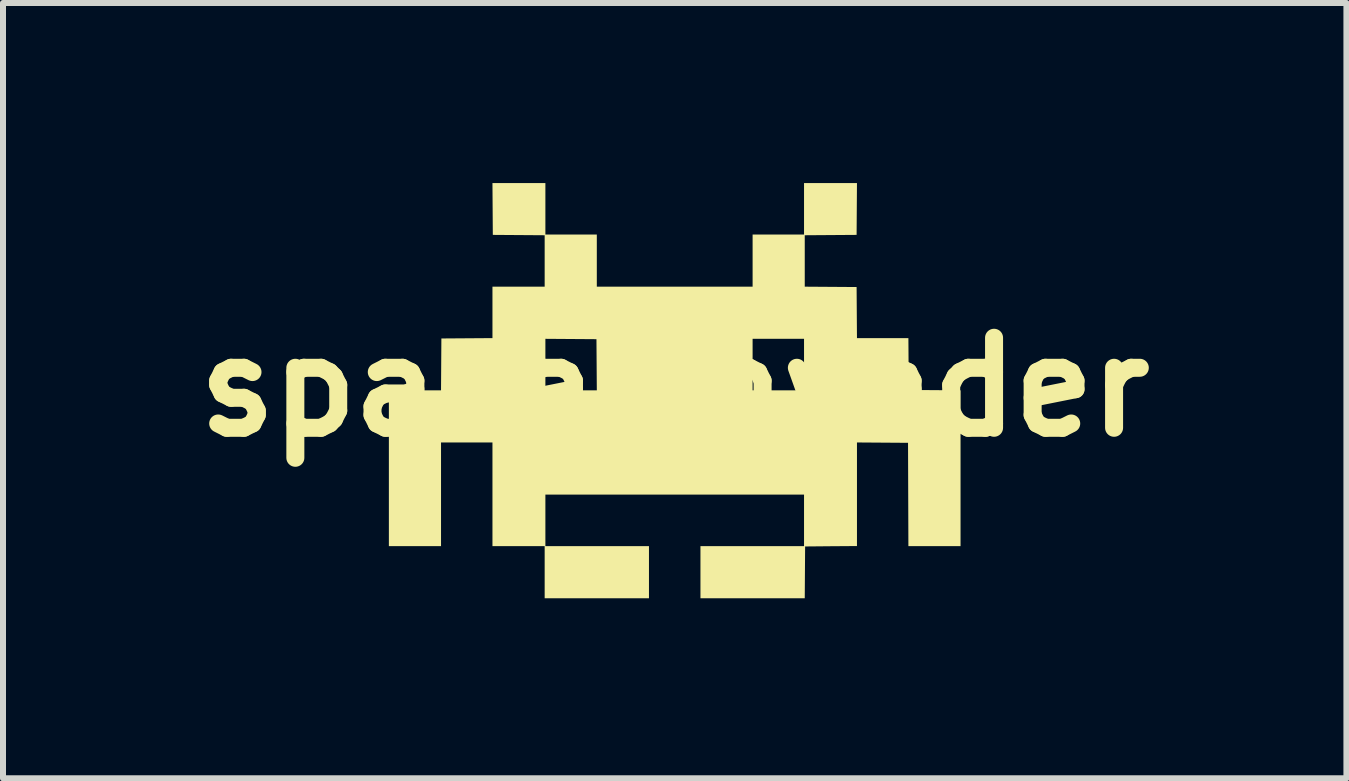
<source format=kicad_pcb>
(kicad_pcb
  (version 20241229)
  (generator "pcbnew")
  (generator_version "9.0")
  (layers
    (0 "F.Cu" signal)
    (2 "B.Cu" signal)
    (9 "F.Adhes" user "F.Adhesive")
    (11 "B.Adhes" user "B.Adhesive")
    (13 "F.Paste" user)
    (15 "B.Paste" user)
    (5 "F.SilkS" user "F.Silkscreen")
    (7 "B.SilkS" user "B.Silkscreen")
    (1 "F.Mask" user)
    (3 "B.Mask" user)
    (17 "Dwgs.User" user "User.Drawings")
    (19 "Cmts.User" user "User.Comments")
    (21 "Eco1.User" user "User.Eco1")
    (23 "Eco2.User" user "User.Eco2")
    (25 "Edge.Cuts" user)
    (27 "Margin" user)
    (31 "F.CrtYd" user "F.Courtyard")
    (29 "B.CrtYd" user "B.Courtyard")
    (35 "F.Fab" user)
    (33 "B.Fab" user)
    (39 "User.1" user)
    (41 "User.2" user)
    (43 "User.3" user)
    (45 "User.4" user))
  (footprint "space_invader"
    (layer "F.Cu")
    (at 8.193 3.4)
    (property "Reference" "space_invader" (at 0 0 0) (layer "F.SilkS") (effects (font (size 1.5 1.5) (thickness 0.3))))
    (attr board_only exclude_from_pos_files exclude_from_bom)
    (fp_poly (pts (xy -2.155 -2.971) (xy -2.155 -2.542) (xy -1.727 -2.542) (xy -1.298 -2.542) (xy -1.298 -2.108) (xy -1.298 -1.673) (xy 0 -1.673) (xy 1.298 -1.673) (xy 1.298 -2.108) (xy 1.298 -2.542) (xy 1.727 -2.542) (xy 2.155 -2.542) (xy 2.155 -2.971) (xy 2.155 -3.4) (xy 2.596 -3.4) (xy 3.037 -3.4) (xy 3.034 -2.968) (xy 3.031 -2.536) (xy 2.599 -2.533) (xy 2.167 -2.53) (xy 2.167 -2.102) (xy 2.167 -1.673) (xy 2.599 -1.67) (xy 3.031 -1.667) (xy 3.034 -1.241) (xy 3.037 -0.816) (xy 3.465 -0.816) (xy 3.894 -0.816) (xy 3.897 -0.384) (xy 3.9 0.048) (xy 4.332 0.051) (xy 4.763 0.054) (xy 4.763 1.352) (xy 4.763 2.65) (xy 4.329 2.65) (xy 3.894 2.65) (xy 3.891 1.789) (xy 3.888 0.929) (xy 3.462 0.926) (xy 3.037 0.923) (xy 3.037 1.786) (xy 3.037 2.649) (xy 2.605 2.652) (xy 2.173 2.656) (xy 2.17 3.087) (xy 2.167 3.519) (xy 1.298 3.519) (xy 0.429 3.519) (xy 0.429 3.084) (xy 0.429 2.65) (xy 1.292 2.65) (xy 2.155 2.65) (xy 2.155 2.221) (xy 2.155 1.792) (xy 0 1.792) (xy -2.155 1.792) (xy -2.155 2.221) (xy -2.155 2.65) (xy -1.292 2.65) (xy -0.429 2.65) (xy -0.429 3.084) (xy -0.429 3.519) (xy -1.298 3.519) (xy -2.167 3.519) (xy -2.167 3.084) (xy -2.167 2.65) (xy -2.602 2.65) (xy -3.037 2.65) (xy -3.037 1.786) (xy -3.037 0.923) (xy -3.465 0.923) (xy -3.894 0.923) (xy -3.894 1.786) (xy -3.894 2.65) (xy -4.329 2.65) (xy -4.763 2.65) (xy -4.763 1.352) (xy -4.763 0.054) (xy -4.329 0.054) (xy -3.894 0.054) (xy -3.891 -0.375) (xy -2.155 -0.375) (xy -2.155 0.054) (xy -1.727 0.054) (xy -1.298 0.054) (xy -1.301 -0.372) (xy -1.301 -0.375) (xy 1.298 -0.375) (xy 1.298 0.054) (xy 1.727 0.054) (xy 2.155 0.054) (xy 2.155 -0.375) (xy 2.155 -0.804) (xy 1.727 -0.804) (xy 1.298 -0.804) (xy 1.298 -0.375) (xy -1.301 -0.375) (xy -1.304 -0.798) (xy -1.73 -0.801) (xy -2.155 -0.804) (xy -2.155 -0.375) (xy -3.891 -0.375) (xy -3.891 -0.378) (xy -3.888 -0.81) (xy -3.462 -0.813) (xy -3.037 -0.816) (xy -3.037 -1.245) (xy -3.037 -1.673) (xy -2.602 -1.673) (xy -2.167 -1.673) (xy -2.167 -2.102) (xy -2.167 -2.53) (xy -2.599 -2.533) (xy -3.031 -2.536) (xy -3.034 -2.968) (xy -3.037 -3.4) (xy -2.596 -3.4) (xy -2.155 -3.4)) (stroke (width 0) (type solid)) (fill yes) (layer "F.SilkS")))
  (gr_rect
    (start -3 -3)
    (end 19.386 9.919)
    (stroke (width 0.1) (type default))
    (fill no)
    (layer "Edge.Cuts")))
</source>
